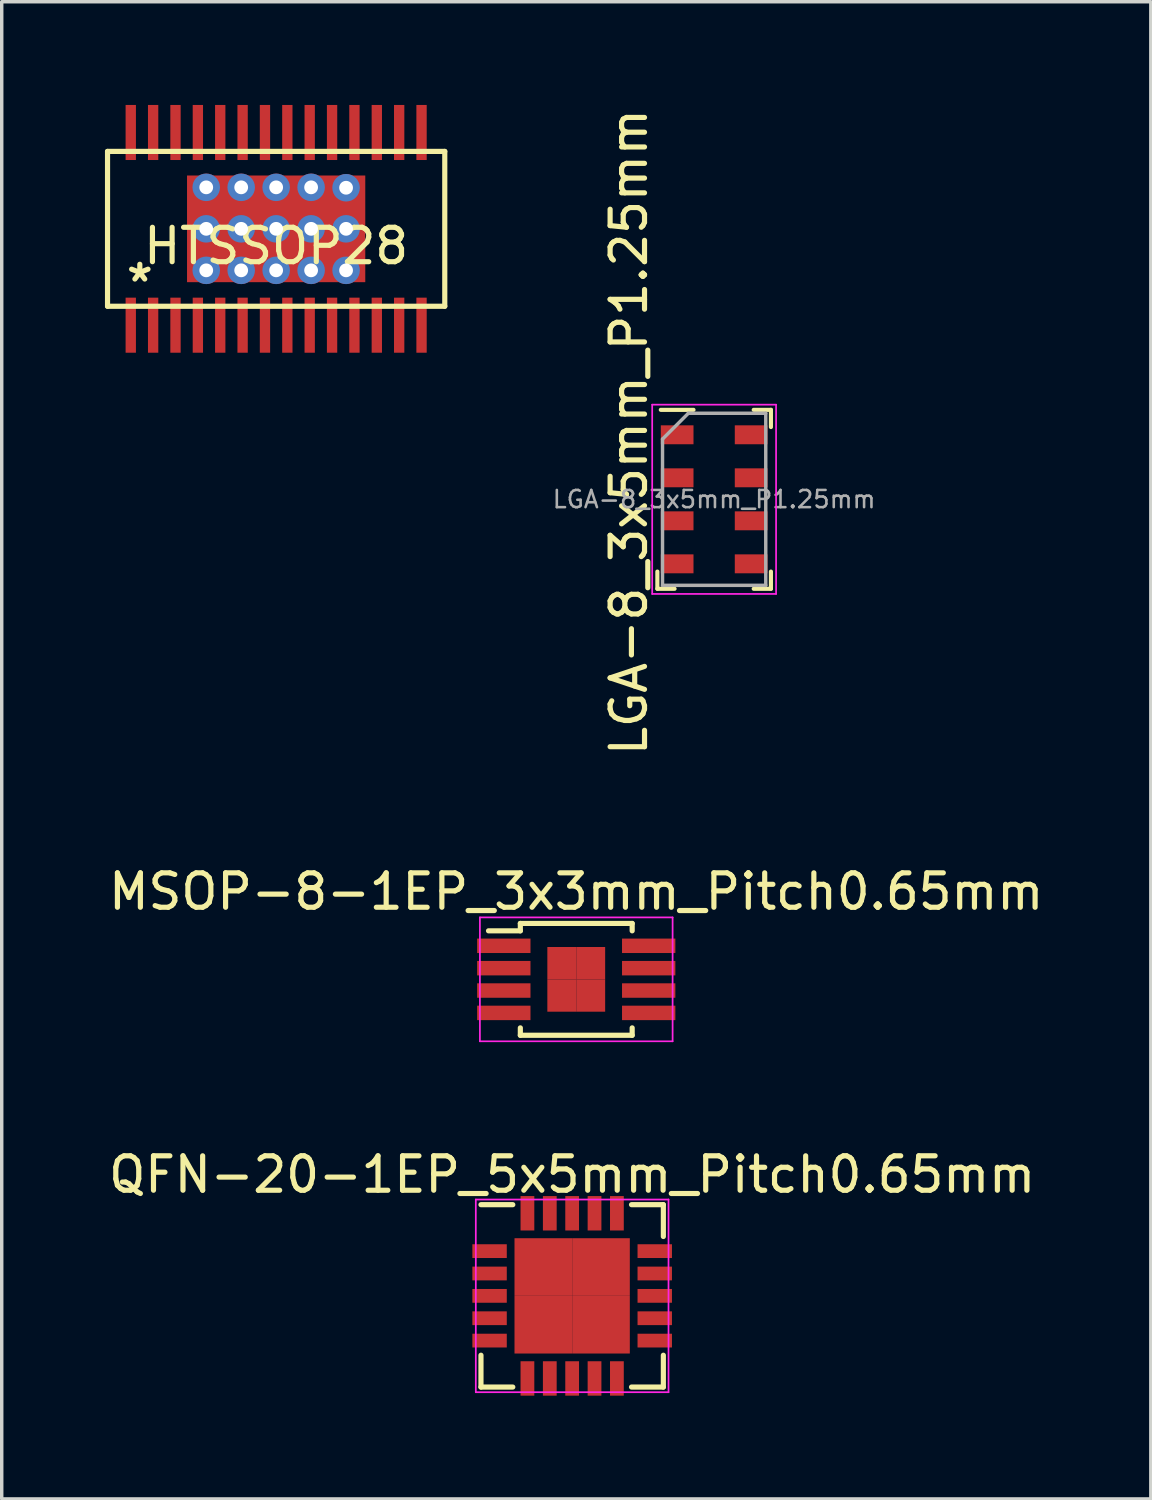
<source format=kicad_pcb>
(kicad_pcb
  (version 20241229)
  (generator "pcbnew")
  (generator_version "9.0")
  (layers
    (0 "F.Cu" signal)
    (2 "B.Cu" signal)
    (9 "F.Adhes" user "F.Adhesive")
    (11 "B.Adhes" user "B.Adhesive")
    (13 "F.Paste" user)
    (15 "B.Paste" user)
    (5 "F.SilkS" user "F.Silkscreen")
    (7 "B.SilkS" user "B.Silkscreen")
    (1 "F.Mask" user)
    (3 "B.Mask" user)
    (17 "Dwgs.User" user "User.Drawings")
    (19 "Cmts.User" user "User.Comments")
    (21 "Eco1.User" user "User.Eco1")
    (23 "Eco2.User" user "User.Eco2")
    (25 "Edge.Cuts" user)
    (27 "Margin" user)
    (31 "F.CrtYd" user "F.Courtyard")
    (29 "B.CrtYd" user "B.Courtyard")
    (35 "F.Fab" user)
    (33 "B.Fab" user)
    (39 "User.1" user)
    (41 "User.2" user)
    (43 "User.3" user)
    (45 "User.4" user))
  (footprint "LGA-8_3x5mm_P1.25mm"
    (layer "F.Cu")
    (at 17.703 11.46)
    (property "Reference" "LGA-8_3x5mm_P1.25mm" (at -2.478 -1.954 270) (layer "F.SilkS") (effects (font (size 1 1) (thickness 0.15))))
    (attr smd)
    (fp_line (start -1.65 2.6) (end -1.65 2.1) (stroke (width 0.12) (type solid)) (layer "F.SilkS"))
    (fp_line (start -1.55 -2.6) (end -0.6 -2.6) (stroke (width 0.12) (type solid)) (layer "F.SilkS"))
    (fp_line (start -1.15 2.6) (end -1.65 2.6) (stroke (width 0.12) (type solid)) (layer "F.SilkS"))
    (fp_line (start 1.15 -2.6) (end 1.65 -2.6) (stroke (width 0.12) (type solid)) (layer "F.SilkS"))
    (fp_line (start 1.65 -2.6) (end 1.65 -2.1) (stroke (width 0.12) (type solid)) (layer "F.SilkS"))
    (fp_line (start 1.65 2.1) (end 1.65 2.6) (stroke (width 0.12) (type solid)) (layer "F.SilkS"))
    (fp_line (start 1.65 2.6) (end 1.15 2.6) (stroke (width 0.12) (type solid)) (layer "F.SilkS"))
    (fp_line (start -1.8 -2.75) (end -1.8 2.75) (stroke (width 0.05) (type solid)) (layer "F.CrtYd"))
    (fp_line (start -1.8 -2.75) (end 1.8 -2.75) (stroke (width 0.05) (type solid)) (layer "F.CrtYd"))
    (fp_line (start 1.8 2.75) (end -1.8 2.75) (stroke (width 0.05) (type solid)) (layer "F.CrtYd"))
    (fp_line (start 1.8 2.75) (end 1.8 -2.75) (stroke (width 0.05) (type solid)) (layer "F.CrtYd"))
    (fp_line (start -1.5 -1.75) (end -0.75 -2.5) (stroke (width 0.1) (type solid)) (layer "F.Fab"))
    (fp_line (start -1.5 2.5) (end -1.5 -1.75) (stroke (width 0.1) (type solid)) (layer "F.Fab"))
    (fp_line (start -0.75 -2.5) (end 1.5 -2.5) (stroke (width 0.1) (type solid)) (layer "F.Fab"))
    (fp_line (start 1.5 -2.5) (end 1.5 2.5) (stroke (width 0.1) (type solid)) (layer "F.Fab"))
    (fp_line (start 1.5 2.5) (end -1.5 2.5) (stroke (width 0.1) (type solid)) (layer "F.Fab"))
    (fp_text user "${REFERENCE}" (at 0 0 0) (layer "F.Fab") (effects (font (size 0.5 0.5) (thickness 0.075))))
    (pad "1" smd rect (at -1.075 -1.875) (size 0.95 0.55) (layers "F.Cu" "F.Mask" "F.Paste"))
    (pad "2" smd rect (at -1.075 -0.625) (size 0.95 0.55) (layers "F.Cu" "F.Mask" "F.Paste"))
    (pad "3" smd rect (at -1.075 0.625) (size 0.95 0.55) (layers "F.Cu" "F.Mask" "F.Paste"))
    (pad "4" smd rect (at -1.075 1.875) (size 0.95 0.55) (layers "F.Cu" "F.Mask" "F.Paste"))
    (pad "5" smd rect (at 1.075 1.875) (size 0.95 0.55) (layers "F.Cu" "F.Mask" "F.Paste"))
    (pad "6" smd rect (at 1.075 0.625) (size 0.95 0.55) (layers "F.Cu" "F.Mask" "F.Paste"))
    (pad "7" smd rect (at 1.075 -0.625) (size 0.95 0.55) (layers "F.Cu" "F.Mask" "F.Paste"))
    (pad "8" smd rect (at 1.075 -1.875) (size 0.95 0.55) (layers "F.Cu" "F.Mask" "F.Paste")))
  (footprint "MSOP-8-1EP_3x3mm_Pitch0.65mm"
    (placed yes)
    (layer "F.Cu")
    (at 13.696 25.41)
    (property "Reference" "MSOP-8-1EP_3x3mm_Pitch0.65mm" (at 0 -2.55 0) (layer "F.SilkS") (effects (font (size 1 1) (thickness 0.15))))
    (attr smd)
    (fp_line (start -1.625 -1.625) (end -1.625 -1.41) (stroke (width 0.15) (type solid)) (layer "F.SilkS"))
    (fp_line (start -1.625 -1.625) (end 1.625 -1.625) (stroke (width 0.15) (type solid)) (layer "F.SilkS"))
    (fp_line (start -1.625 -1.41) (end -2.55 -1.41) (stroke (width 0.15) (type solid)) (layer "F.SilkS"))
    (fp_line (start -1.625 1.625) (end -1.625 1.41) (stroke (width 0.15) (type solid)) (layer "F.SilkS"))
    (fp_line (start -1.625 1.625) (end 1.625 1.625) (stroke (width 0.15) (type solid)) (layer "F.SilkS"))
    (fp_line (start 1.625 -1.625) (end 1.625 -1.41) (stroke (width 0.15) (type solid)) (layer "F.SilkS"))
    (fp_line (start 1.625 1.625) (end 1.625 1.41) (stroke (width 0.15) (type solid)) (layer "F.SilkS"))
    (fp_line (start -2.8 -1.8) (end -2.8 1.8) (stroke (width 0.05) (type solid)) (layer "F.CrtYd"))
    (fp_line (start -2.8 -1.8) (end 2.8 -1.8) (stroke (width 0.05) (type solid)) (layer "F.CrtYd"))
    (fp_line (start -2.8 1.8) (end 2.8 1.8) (stroke (width 0.05) (type solid)) (layer "F.CrtYd"))
    (fp_line (start 2.8 -1.8) (end 2.8 1.8) (stroke (width 0.05) (type solid)) (layer "F.CrtYd"))
    (pad "1" smd rect (at -2.105 -0.975) (size 1.55 0.42) (layers "F.Cu" "F.Mask" "F.Paste"))
    (pad "2" smd rect (at -2.105 -0.325) (size 1.55 0.42) (layers "F.Cu" "F.Mask" "F.Paste"))
    (pad "3" smd rect (at -2.105 0.325) (size 1.55 0.42) (layers "F.Cu" "F.Mask" "F.Paste"))
    (pad "4" smd rect (at -2.105 0.975) (size 1.55 0.42) (layers "F.Cu" "F.Mask" "F.Paste"))
    (pad "5" smd rect (at 2.105 0.975) (size 1.55 0.42) (layers "F.Cu" "F.Mask" "F.Paste"))
    (pad "6" smd rect (at 2.105 0.325) (size 1.55 0.42) (layers "F.Cu" "F.Mask" "F.Paste"))
    (pad "7" smd rect (at 2.105 -0.325) (size 1.55 0.42) (layers "F.Cu" "F.Mask" "F.Paste"))
    (pad "8" smd rect (at 2.105 -0.975) (size 1.55 0.42) (layers "F.Cu" "F.Mask" "F.Paste"))
    (pad "9" smd rect (at -0.42 -0.47) (size 0.84 0.94) (layers "F.Cu" "F.Mask" "F.Paste"))
    (pad "9" smd rect (at -0.42 0.47) (size 0.84 0.94) (layers "F.Cu" "F.Mask" "F.Paste"))
    (pad "9" smd rect (at 0.42 -0.47) (size 0.84 0.94) (layers "F.Cu" "F.Mask" "F.Paste"))
    (pad "9" smd rect (at 0.42 0.47) (size 0.84 0.94) (layers "F.Cu" "F.Mask" "F.Paste")))
  (footprint "HTSSOP28"
    (layer "F.Cu")
    (at 4.975 3.6)
    (property "Reference" "HTSSOP28" (at 0 0.5 0) (layer "F.SilkS") (effects (font (size 1 1) (thickness 0.15))))
    (attr through_hole)
    (fp_line (start -4.9 -2.25) (end 4.9 -2.25) (stroke (width 0.15) (type solid)) (layer "F.SilkS"))
    (fp_line (start -4.9 2.25) (end -4.9 -2.25) (stroke (width 0.15) (type solid)) (layer "F.SilkS"))
    (fp_line (start 4.9 -2.25) (end 4.9 2.25) (stroke (width 0.15) (type solid)) (layer "F.SilkS"))
    (fp_line (start 4.9 2.25) (end -4.9 2.25) (stroke (width 0.15) (type solid)) (layer "F.SilkS"))
    (fp_text user "*" (at -3.962 1.575 0) (layer "F.SilkS") (effects (font (size 1 1) (thickness 0.15))))
    (pad "1" smd rect (at -4.225 2.8) (size 0.3 1.6) (layers "F.Cu" "F.Mask" "F.Paste"))
    (pad "2" smd rect (at -3.575 2.8) (size 0.3 1.6) (layers "F.Cu" "F.Mask" "F.Paste"))
    (pad "3" smd rect (at -2.925 2.8) (size 0.3 1.6) (layers "F.Cu" "F.Mask" "F.Paste"))
    (pad "4" smd rect (at -2.275 2.8) (size 0.3 1.6) (layers "F.Cu" "F.Mask" "F.Paste"))
    (pad "5" smd rect (at -1.625 2.8) (size 0.3 1.6) (layers "F.Cu" "F.Mask" "F.Paste"))
    (pad "6" smd rect (at -0.975 2.8) (size 0.3 1.6) (layers "F.Cu" "F.Mask" "F.Paste"))
    (pad "7" smd rect (at -0.325 2.8) (size 0.3 1.6) (layers "F.Cu" "F.Mask" "F.Paste"))
    (pad "8" smd rect (at 0.325 2.8) (size 0.3 1.6) (layers "F.Cu" "F.Mask" "F.Paste"))
    (pad "9" smd rect (at 0.975 2.8) (size 0.3 1.6) (layers "F.Cu" "F.Mask" "F.Paste"))
    (pad "10" smd rect (at 1.625 2.8) (size 0.3 1.6) (layers "F.Cu" "F.Mask" "F.Paste"))
    (pad "11" smd rect (at 2.275 2.8) (size 0.3 1.6) (layers "F.Cu" "F.Mask" "F.Paste"))
    (pad "12" smd rect (at 2.925 2.8) (size 0.3 1.6) (layers "F.Cu" "F.Mask" "F.Paste"))
    (pad "13" smd rect (at 3.575 2.8) (size 0.3 1.6) (layers "F.Cu" "F.Mask" "F.Paste"))
    (pad "14" smd rect (at 4.225 2.8) (size 0.3 1.6) (layers "F.Cu" "F.Mask" "F.Paste"))
    (pad "15" smd rect (at 4.225 -2.8) (size 0.3 1.6) (layers "F.Cu" "F.Mask" "F.Paste"))
    (pad "16" smd rect (at 3.575 -2.8) (size 0.3 1.6) (layers "F.Cu" "F.Mask" "F.Paste"))
    (pad "17" smd rect (at 2.925 -2.8) (size 0.3 1.6) (layers "F.Cu" "F.Mask" "F.Paste"))
    (pad "18" smd rect (at 2.275 -2.8) (size 0.3 1.6) (layers "F.Cu" "F.Mask" "F.Paste"))
    (pad "19" smd rect (at 1.625 -2.8) (size 0.3 1.6) (layers "F.Cu" "F.Mask" "F.Paste"))
    (pad "20" smd rect (at 0.975 -2.8) (size 0.3 1.6) (layers "F.Cu" "F.Mask" "F.Paste"))
    (pad "21" smd rect (at 0.325 -2.8) (size 0.3 1.6) (layers "F.Cu" "F.Mask" "F.Paste"))
    (pad "22" smd rect (at -0.325 -2.8) (size 0.3 1.6) (layers "F.Cu" "F.Mask" "F.Paste"))
    (pad "23" smd rect (at -0.975 -2.8) (size 0.3 1.6) (layers "F.Cu" "F.Mask" "F.Paste"))
    (pad "24" smd rect (at -1.625 -2.8) (size 0.3 1.6) (layers "F.Cu" "F.Mask" "F.Paste"))
    (pad "25" smd rect (at -2.275 -2.8) (size 0.3 1.6) (layers "F.Cu" "F.Mask" "F.Paste"))
    (pad "26" smd rect (at -2.925 -2.8) (size 0.3 1.6) (layers "F.Cu" "F.Mask" "F.Paste"))
    (pad "27" smd rect (at -3.575 -2.8) (size 0.3 1.6) (layers "F.Cu" "F.Mask" "F.Paste"))
    (pad "28" smd rect (at -4.225 -2.8) (size 0.3 1.6) (layers "F.Cu" "F.Mask" "F.Paste"))
    (pad "29" thru_hole circle (at -2.032 -1.206) (size 0.8 0.8) (drill 0.4) (layers "*.Cu" "*.Mask"))
    (pad "29" thru_hole circle (at -2.032 0) (size 0.8 0.8) (drill 0.4) (layers "*.Cu" "*.Mask"))
    (pad "29" thru_hole circle (at -2.032 1.206) (size 0.8 0.8) (drill 0.4) (layers "*.Cu" "*.Mask"))
    (pad "29" thru_hole circle (at -1.016 -1.206) (size 0.8 0.8) (drill 0.4) (layers "*.Cu" "*.Mask"))
    (pad "29" thru_hole circle (at -1.016 0) (size 0.8 0.8) (drill 0.4) (layers "*.Cu" "*.Mask"))
    (pad "29" thru_hole circle (at -1.016 1.206) (size 0.8 0.8) (drill 0.4) (layers "*.Cu" "*.Mask"))
    (pad "29" thru_hole circle (at 0 -1.206) (size 0.8 0.8) (drill 0.4) (layers "*.Cu" "*.Mask"))
    (pad "29" thru_hole circle (at 0 0) (size 0.8 0.8) (drill 0.4) (layers "*.Cu" "*.Mask"))
    (pad "29" smd rect (at 0 0) (size 5.18 3.1) (layers "F.Cu" "F.Mask" "F.Paste"))
    (pad "29" thru_hole circle (at 0 1.206) (size 0.8 0.8) (drill 0.4) (layers "*.Cu" "*.Mask"))
    (pad "29" thru_hole circle (at 1.016 -1.206) (size 0.8 0.8) (drill 0.4) (layers "*.Cu" "*.Mask"))
    (pad "29" thru_hole circle (at 1.016 0) (size 0.8 0.8) (drill 0.4) (layers "*.Cu" "*.Mask"))
    (pad "29" thru_hole circle (at 1.016 1.206) (size 0.8 0.8) (drill 0.4) (layers "*.Cu" "*.Mask"))
    (pad "29" thru_hole circle (at 2.032 -1.194) (size 0.8 0.8) (drill 0.4) (layers "*.Cu" "*.Mask"))
    (pad "29" thru_hole circle (at 2.032 0) (size 0.8 0.8) (drill 0.4) (layers "*.Cu" "*.Mask"))
    (pad "29" thru_hole circle (at 2.032 1.206) (size 0.8 0.8) (drill 0.4) (layers "*.Cu" "*.Mask")))
  (footprint "QFN-20-1EP_5x5mm_Pitch0.65mm"
    (layer "F.Cu")
    (at 13.577 34.608)
    (property "Reference" "QFN-20-1EP_5x5mm_Pitch0.65mm" (at 0 -3.525 0) (layer "F.SilkS") (effects (font (size 1 1) (thickness 0.15))))
    (attr smd)
    (fp_line (start -2.65 -2.65) (end -1.725 -2.65) (stroke (width 0.15) (type solid)) (layer "F.SilkS"))
    (fp_line (start -2.65 2.65) (end -2.65 1.725) (stroke (width 0.15) (type solid)) (layer "F.SilkS"))
    (fp_line (start -2.65 2.65) (end -1.725 2.65) (stroke (width 0.15) (type solid)) (layer "F.SilkS"))
    (fp_line (start 2.65 -2.65) (end 1.725 -2.65) (stroke (width 0.15) (type solid)) (layer "F.SilkS"))
    (fp_line (start 2.65 -2.65) (end 2.65 -1.725) (stroke (width 0.15) (type solid)) (layer "F.SilkS"))
    (fp_line (start 2.65 2.65) (end 1.725 2.65) (stroke (width 0.15) (type solid)) (layer "F.SilkS"))
    (fp_line (start 2.65 2.65) (end 2.65 1.725) (stroke (width 0.15) (type solid)) (layer "F.SilkS"))
    (fp_line (start -2.8 -2.8) (end -2.8 2.8) (stroke (width 0.05) (type solid)) (layer "F.CrtYd"))
    (fp_line (start -2.8 -2.8) (end 2.8 -2.8) (stroke (width 0.05) (type solid)) (layer "F.CrtYd"))
    (fp_line (start -2.8 2.8) (end 2.8 2.8) (stroke (width 0.05) (type solid)) (layer "F.CrtYd"))
    (fp_line (start 2.8 -2.8) (end 2.8 2.8) (stroke (width 0.05) (type solid)) (layer "F.CrtYd"))
    (pad "1" smd rect (at -2.4 -1.3) (size 1 0.4) (layers "F.Cu" "F.Mask" "F.Paste"))
    (pad "2" smd rect (at -2.4 -0.65) (size 1 0.4) (layers "F.Cu" "F.Mask" "F.Paste"))
    (pad "3" smd rect (at -2.4 0) (size 1 0.4) (layers "F.Cu" "F.Mask" "F.Paste"))
    (pad "4" smd rect (at -2.4 0.65) (size 1 0.4) (layers "F.Cu" "F.Mask" "F.Paste"))
    (pad "5" smd rect (at -2.4 1.3) (size 1 0.4) (layers "F.Cu" "F.Mask" "F.Paste"))
    (pad "6" smd rect (at -1.3 2.4 90) (size 1 0.4) (layers "F.Cu" "F.Mask" "F.Paste"))
    (pad "7" smd rect (at -0.65 2.4 90) (size 1 0.4) (layers "F.Cu" "F.Mask" "F.Paste"))
    (pad "8" smd rect (at 0 2.4 90) (size 1 0.4) (layers "F.Cu" "F.Mask" "F.Paste"))
    (pad "9" smd rect (at 0.65 2.4 90) (size 1 0.4) (layers "F.Cu" "F.Mask" "F.Paste"))
    (pad "10" smd rect (at 1.3 2.4 90) (size 1 0.4) (layers "F.Cu" "F.Mask" "F.Paste"))
    (pad "11" smd rect (at 2.4 1.3) (size 1 0.4) (layers "F.Cu" "F.Mask" "F.Paste"))
    (pad "12" smd rect (at 2.4 0.65) (size 1 0.4) (layers "F.Cu" "F.Mask" "F.Paste"))
    (pad "13" smd rect (at 2.4 0) (size 1 0.4) (layers "F.Cu" "F.Mask" "F.Paste"))
    (pad "14" smd rect (at 2.4 -0.65) (size 1 0.4) (layers "F.Cu" "F.Mask" "F.Paste"))
    (pad "15" smd rect (at 2.4 -1.3) (size 1 0.4) (layers "F.Cu" "F.Mask" "F.Paste"))
    (pad "16" smd rect (at 1.3 -2.4 90) (size 1 0.4) (layers "F.Cu" "F.Mask" "F.Paste"))
    (pad "17" smd rect (at 0.65 -2.4 90) (size 1 0.4) (layers "F.Cu" "F.Mask" "F.Paste"))
    (pad "18" smd rect (at 0 -2.4 90) (size 1 0.4) (layers "F.Cu" "F.Mask" "F.Paste"))
    (pad "19" smd rect (at -0.65 -2.4 90) (size 1 0.4) (layers "F.Cu" "F.Mask" "F.Paste"))
    (pad "20" smd rect (at -1.3 -2.4 90) (size 1 0.4) (layers "F.Cu" "F.Mask" "F.Paste"))
    (pad "21" smd rect (at -0.838 -0.838) (size 1.675 1.675) (layers "F.Cu" "F.Mask" "F.Paste"))
    (pad "21" smd rect (at -0.838 0.838) (size 1.675 1.675) (layers "F.Cu" "F.Mask" "F.Paste"))
    (pad "21" smd rect (at 0.838 -0.838) (size 1.675 1.675) (layers "F.Cu" "F.Mask" "F.Paste"))
    (pad "21" smd rect (at 0.838 0.838) (size 1.675 1.675) (layers "F.Cu" "F.Mask" "F.Paste")))
  (gr_rect
    (start -3 -3)
    (end 30.393 40.508)
    (stroke (width 0.1) (type default))
    (fill no)
    (layer "Edge.Cuts")))
</source>
